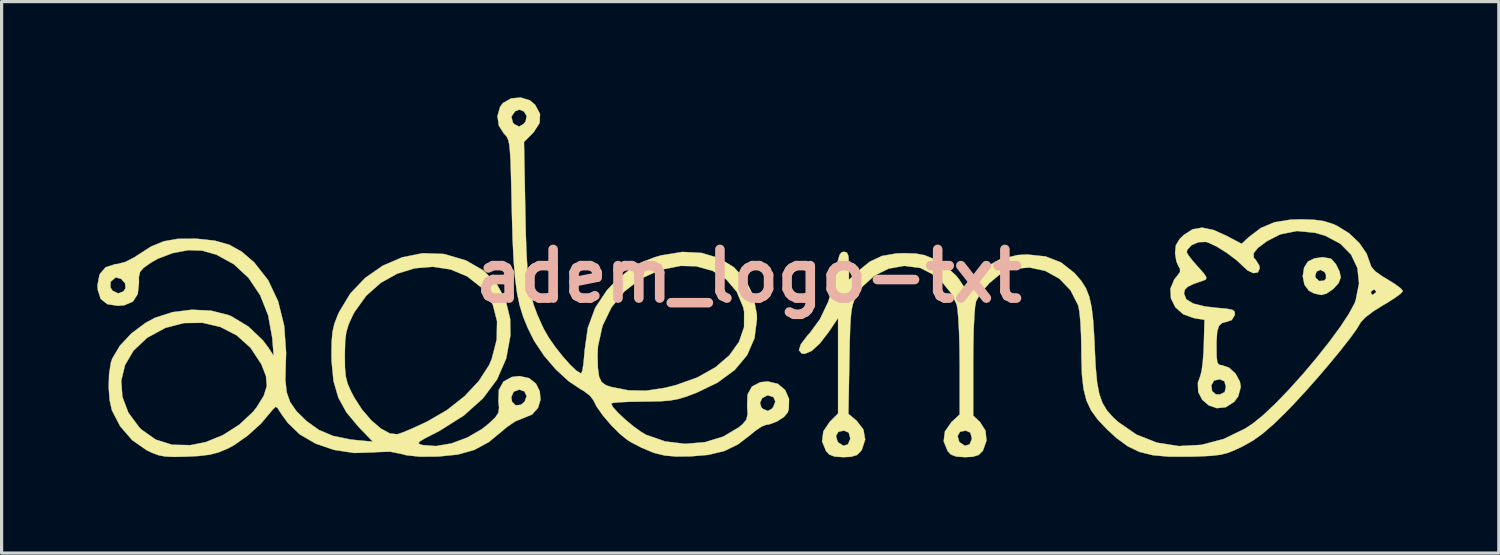
<source format=kicad_pcb>
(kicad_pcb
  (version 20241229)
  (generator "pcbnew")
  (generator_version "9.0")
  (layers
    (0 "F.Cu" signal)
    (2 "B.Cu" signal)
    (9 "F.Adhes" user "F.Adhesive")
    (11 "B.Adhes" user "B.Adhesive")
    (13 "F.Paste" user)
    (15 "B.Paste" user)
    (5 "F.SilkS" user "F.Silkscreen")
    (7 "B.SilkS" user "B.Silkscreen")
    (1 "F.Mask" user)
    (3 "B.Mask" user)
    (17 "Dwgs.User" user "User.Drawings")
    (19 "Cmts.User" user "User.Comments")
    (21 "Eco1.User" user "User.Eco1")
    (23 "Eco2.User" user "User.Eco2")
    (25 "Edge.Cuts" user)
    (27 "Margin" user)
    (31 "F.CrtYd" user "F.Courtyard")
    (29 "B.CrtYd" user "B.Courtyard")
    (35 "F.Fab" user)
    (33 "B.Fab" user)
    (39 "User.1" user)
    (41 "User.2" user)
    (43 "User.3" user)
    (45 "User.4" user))
  (footprint "adem_logo-txt"
    (layer "F.Cu")
    (at 20.41 5.598)
    (property "Reference" "adem_logo-txt" (at 0 0 0) (layer "B.SilkS") (effects (font (size 1.524 1.524) (thickness 0.3))))
    (attr through_hole)
    (fp_poly (pts (xy 18.215 -0.549) (xy 18.254 -0.528) (xy 18.39 -0.372) (xy 18.502 -0.144) (xy 18.542 0.041) (xy 18.473 0.221) (xy 18.303 0.408) (xy 18.093 0.549) (xy 17.93 0.593) (xy 17.708 0.544) (xy 17.545 0.461) (xy 17.403 0.27) (xy 17.351 0.004) (xy 17.353 -0.006) (xy 17.739 -0.006) (xy 17.752 0.049) (xy 17.863 0.156) (xy 18.012 0.145) (xy 18.079 0.081) (xy 18.077 -0.049) (xy 18.03 -0.132) (xy 17.9 -0.195) (xy 17.782 -0.14) (xy 17.739 -0.006) (xy 17.353 -0.006) (xy 17.393 -0.265) (xy 17.512 -0.453) (xy 17.718 -0.555) (xy 17.983 -0.591) (xy 18.215 -0.549)) (stroke (width 0.01) (type solid)) (fill yes) (layer "F.SilkS"))
    (fp_poly (pts (xy -6.861 -5.505) (xy -6.695 -5.365) (xy -6.543 -5.076) (xy -6.556 -4.796) (xy -6.737 -4.513) (xy -6.782 -4.465) (xy -7.045 -4.202) (xy -7.004 -2.038) (xy -6.987 -1.278) (xy -6.964 -0.661) (xy -6.932 -0.16) (xy -6.887 0.25) (xy -6.825 0.597) (xy -6.74 0.908) (xy -6.629 1.207) (xy -6.488 1.523) (xy -6.416 1.673) (xy -6.265 1.934) (xy -6.06 2.228) (xy -5.829 2.519) (xy -5.602 2.775) (xy -5.406 2.962) (xy -5.269 3.046) (xy -5.255 3.048) (xy -5.219 2.97) (xy -5.184 2.762) (xy -5.157 2.48) (xy -4.74 2.48) (xy -4.73 2.883) (xy -4.693 3.151) (xy -4.615 3.318) (xy -4.481 3.417) (xy -4.329 3.47) (xy -3.772 3.58) (xy -3.225 3.591) (xy -2.633 3.502) (xy -2.286 3.416) (xy -1.611 3.174) (xy -1.05 2.859) (xy -0.612 2.483) (xy -0.309 2.059) (xy -0.151 1.598) (xy -0.149 1.113) (xy -0.177 0.979) (xy -0.38 0.491) (xy -0.708 0.106) (xy -1.14 -0.165) (xy -1.657 -0.308) (xy -2.141 -0.319) (xy -2.8 -0.187) (xy -3.392 0.086) (xy -3.899 0.481) (xy -4.303 0.978) (xy -4.585 1.557) (xy -4.727 2.198) (xy -4.74 2.48) (xy -5.157 2.48) (xy -5.155 2.464) (xy -5.148 2.349) (xy -5.045 1.62) (xy -4.812 0.99) (xy -4.443 0.44) (xy -4.197 0.182) (xy -3.782 -0.172) (xy -3.386 -0.418) (xy -2.941 -0.593) (xy -2.752 -0.647) (xy -2.088 -0.756) (xy -1.475 -0.723) (xy -0.931 -0.56) (xy -0.471 -0.277) (xy -0.111 0.115) (xy 0.134 0.606) (xy 0.246 1.185) (xy 0.252 1.349) (xy 0.176 1.946) (xy -0.055 2.477) (xy -0.443 2.942) (xy -0.986 3.34) (xy -1.634 3.652) (xy -1.952 3.773) (xy -2.214 3.852) (xy -2.472 3.899) (xy -2.779 3.923) (xy -3.188 3.931) (xy -3.323 3.932) (xy -3.711 3.938) (xy -4.028 3.952) (xy -4.241 3.971) (xy -4.318 3.993) (xy -4.255 4.109) (xy -4.092 4.289) (xy -3.865 4.501) (xy -3.611 4.711) (xy -3.368 4.886) (xy -3.216 4.975) (xy -2.621 5.181) (xy -1.996 5.256) (xy -1.378 5.204) (xy -0.802 5.028) (xy -0.306 4.733) (xy -0.196 4.639) (xy -0.081 4.5) (xy -0.04 4.329) (xy -0.055 4.075) (xy -0.051 3.974) (xy 0.348 3.974) (xy 0.393 4.122) (xy 0.436 4.158) (xy 0.592 4.226) (xy 0.712 4.163) (xy 0.761 4.107) (xy 0.83 3.931) (xy 0.767 3.789) (xy 0.599 3.738) (xy 0.573 3.741) (xy 0.415 3.824) (xy 0.348 3.974) (xy -0.051 3.974) (xy -0.041 3.71) (xy 0.096 3.46) (xy 0.357 3.326) (xy 0.59 3.302) (xy 0.905 3.375) (xy 1.136 3.569) (xy 1.258 3.848) (xy 1.248 4.174) (xy 1.217 4.272) (xy 1.096 4.416) (xy 0.882 4.553) (xy 0.648 4.643) (xy 0.544 4.657) (xy 0.404 4.711) (xy 0.199 4.849) (xy 0.063 4.963) (xy -0.344 5.275) (xy -0.775 5.483) (xy -1.278 5.602) (xy -1.82 5.648) (xy -2.28 5.653) (xy -2.632 5.622) (xy -2.937 5.549) (xy -3.021 5.52) (xy -3.353 5.381) (xy -3.683 5.211) (xy -3.802 5.137) (xy -4.048 4.939) (xy -4.318 4.668) (xy -4.572 4.369) (xy -4.771 4.089) (xy -4.869 3.893) (xy -4.974 3.752) (xy -5.175 3.599) (xy -5.27 3.545) (xy -5.649 3.292) (xy -6.046 2.927) (xy -6.416 2.496) (xy -6.717 2.045) (xy -6.755 1.974) (xy -6.929 1.623) (xy -7.069 1.281) (xy -7.179 0.924) (xy -7.263 0.526) (xy -7.325 0.062) (xy -7.37 -0.492) (xy -7.402 -1.163) (xy -7.425 -1.976) (xy -7.427 -2.074) (xy -7.442 -2.741) (xy -7.455 -3.26) (xy -7.469 -3.65) (xy -7.487 -3.934) (xy -7.509 -4.132) (xy -7.539 -4.265) (xy -7.578 -4.353) (xy -7.629 -4.418) (xy -7.674 -4.462) (xy -7.834 -4.713) (xy -7.872 -4.992) (xy -7.441 -4.992) (xy -7.394 -4.811) (xy -7.348 -4.757) (xy -7.196 -4.682) (xy -7.048 -4.773) (xy -6.992 -4.851) (xy -6.962 -5.015) (xy -7.042 -5.152) (xy -7.183 -5.215) (xy -7.319 -5.168) (xy -7.441 -4.992) (xy -7.872 -4.992) (xy -7.875 -5.014) (xy -7.794 -5.3) (xy -7.705 -5.419) (xy -7.451 -5.565) (xy -7.148 -5.593) (xy -6.861 -5.505)) (stroke (width 0.01) (type solid)) (fill yes) (layer "F.SilkS"))
    (fp_poly (pts (xy -17.296 -1.169) (xy -16.731 -1.109) (xy -16.278 -0.981) (xy -15.886 -0.762) (xy -15.504 -0.434) (xy -15.493 -0.423) (xy -15.06 0.129) (xy -14.747 0.792) (xy -14.558 1.555) (xy -14.497 2.405) (xy -14.508 2.74) (xy -14.521 3.249) (xy -14.48 3.639) (xy -14.369 3.951) (xy -14.173 4.233) (xy -13.874 4.527) (xy -13.852 4.547) (xy -13.466 4.823) (xy -13.025 5.008) (xy -12.483 5.119) (xy -12.261 5.143) (xy -11.78 5.187) (xy -12.229 4.723) (xy -12.606 4.273) (xy -12.861 3.809) (xy -13.012 3.288) (xy -13.073 2.667) (xy -13.075 2.498) (xy -12.658 2.498) (xy -12.653 2.877) (xy -12.628 3.148) (xy -12.571 3.37) (xy -12.468 3.604) (xy -12.364 3.802) (xy -12.116 4.187) (xy -11.828 4.52) (xy -11.53 4.776) (xy -11.249 4.929) (xy -11.016 4.957) (xy -11.013 4.956) (xy -10.842 4.898) (xy -10.566 4.783) (xy -10.235 4.632) (xy -10.075 4.556) (xy -9.455 4.196) (xy -8.907 3.764) (xy -8.46 3.287) (xy -8.14 2.792) (xy -8.057 2.6) (xy -7.9 1.991) (xy -7.889 1.416) (xy -8.022 0.895) (xy -8.295 0.449) (xy -8.369 0.368) (xy -8.825 0.01) (xy -9.343 -0.207) (xy -9.898 -0.291) (xy -10.465 -0.244) (xy -11.019 -0.074) (xy -11.534 0.214) (xy -11.988 0.616) (xy -12.353 1.124) (xy -12.422 1.256) (xy -12.541 1.52) (xy -12.612 1.759) (xy -12.647 2.033) (xy -12.657 2.403) (xy -12.658 2.498) (xy -13.075 2.498) (xy -13.076 2.455) (xy -13.07 2.047) (xy -13.043 1.748) (xy -12.986 1.498) (xy -12.886 1.238) (xy -12.835 1.124) (xy -12.486 0.546) (xy -12.021 0.058) (xy -11.47 -0.325) (xy -10.859 -0.588) (xy -10.217 -0.716) (xy -9.572 -0.693) (xy -9.518 -0.683) (xy -8.863 -0.49) (xy -8.323 -0.18) (xy -7.907 0.235) (xy -7.622 0.746) (xy -7.479 1.342) (xy -7.47 1.861) (xy -7.602 2.581) (xy -7.889 3.239) (xy -8.333 3.835) (xy -8.934 4.372) (xy -9.693 4.85) (xy -9.863 4.938) (xy -10.154 5.087) (xy -10.311 5.181) (xy -10.352 5.237) (xy -10.296 5.273) (xy -10.222 5.294) (xy -9.8 5.326) (xy -9.317 5.243) (xy -8.822 5.059) (xy -8.361 4.792) (xy -8.141 4.616) (xy -7.943 4.427) (xy -7.847 4.283) (xy -7.826 4.121) (xy -7.846 3.927) (xy -7.841 3.793) (xy -7.444 3.793) (xy -7.42 3.937) (xy -7.307 4.05) (xy -7.145 4.033) (xy -7.028 3.938) (xy -6.962 3.761) (xy -7.031 3.613) (xy -7.197 3.556) (xy -7.371 3.624) (xy -7.444 3.793) (xy -7.841 3.793) (xy -7.833 3.566) (xy -7.689 3.307) (xy -7.424 3.161) (xy -7.188 3.133) (xy -6.884 3.199) (xy -6.67 3.371) (xy -6.551 3.61) (xy -6.529 3.877) (xy -6.608 4.133) (xy -6.793 4.338) (xy -7.067 4.45) (xy -7.317 4.55) (xy -7.599 4.743) (xy -7.704 4.835) (xy -8.149 5.202) (xy -8.605 5.447) (xy -9.121 5.592) (xy -9.737 5.654) (xy -10.307 5.658) (xy -10.724 5.614) (xy -10.88 5.573) (xy -11.24 5.501) (xy -11.678 5.516) (xy -11.722 5.522) (xy -12.364 5.542) (xy -12.994 5.446) (xy -13.575 5.248) (xy -14.072 4.959) (xy -14.445 4.597) (xy -14.608 4.374) (xy -14.728 4.195) (xy -14.762 4.132) (xy -14.829 4.096) (xy -14.941 4.21) (xy -14.958 4.233) (xy -15.285 4.622) (xy -15.698 4.996) (xy -16.133 5.301) (xy -16.332 5.407) (xy -16.613 5.523) (xy -16.894 5.596) (xy -17.235 5.637) (xy -17.611 5.656) (xy -18.002 5.664) (xy -18.279 5.653) (xy -18.493 5.613) (xy -18.698 5.536) (xy -18.87 5.453) (xy -19.321 5.138) (xy -19.697 4.703) (xy -19.954 4.207) (xy -20.025 3.889) (xy -20.055 3.489) (xy -20.049 3.278) (xy -19.662 3.278) (xy -19.627 3.782) (xy -19.441 4.276) (xy -19.1 4.737) (xy -19.026 4.81) (xy -18.584 5.122) (xy -18.069 5.285) (xy -17.493 5.297) (xy -17.012 5.201) (xy -16.472 4.98) (xy -15.962 4.654) (xy -15.541 4.261) (xy -15.422 4.112) (xy -15.198 3.752) (xy -15.102 3.444) (xy -15.128 3.134) (xy -15.27 2.769) (xy -15.277 2.755) (xy -15.613 2.245) (xy -16.048 1.856) (xy -16.557 1.594) (xy -17.115 1.464) (xy -17.697 1.472) (xy -18.279 1.623) (xy -18.834 1.924) (xy -18.861 1.943) (xy -19.277 2.336) (xy -19.544 2.788) (xy -19.662 3.278) (xy -20.049 3.278) (xy -20.043 3.076) (xy -19.989 2.721) (xy -19.945 2.585) (xy -19.704 2.182) (xy -19.34 1.794) (xy -18.899 1.465) (xy -18.605 1.307) (xy -18.053 1.13) (xy -17.446 1.055) (xy -16.843 1.085) (xy -16.302 1.222) (xy -16.214 1.258) (xy -15.682 1.579) (xy -15.225 2.012) (xy -15.052 2.244) (xy -14.886 2.498) (xy -14.931 1.942) (xy -15.059 1.231) (xy -15.311 0.598) (xy -15.673 0.058) (xy -16.132 -0.369) (xy -16.675 -0.668) (xy -17.129 -0.798) (xy -17.563 -0.811) (xy -18.049 -0.72) (xy -18.517 -0.542) (xy -18.739 -0.415) (xy -18.961 -0.258) (xy -19.073 -0.13) (xy -19.109 0.029) (xy -19.107 0.207) (xy -19.145 0.565) (xy -19.296 0.799) (xy -19.567 0.915) (xy -19.77 0.931) (xy -20.099 0.88) (xy -20.304 0.718) (xy -20.397 0.434) (xy -20.401 0.356) (xy -20.001 0.356) (xy -19.933 0.46) (xy -19.757 0.543) (xy -19.592 0.48) (xy -19.526 0.377) (xy -19.543 0.225) (xy -19.66 0.092) (xy -19.813 0.044) (xy -19.85 0.052) (xy -19.995 0.179) (xy -20.001 0.356) (xy -20.401 0.356) (xy -20.405 0.282) (xy -20.341 -0.053) (xy -20.154 -0.274) (xy -19.85 -0.373) (xy -19.79 -0.377) (xy -19.535 -0.441) (xy -19.238 -0.594) (xy -19.149 -0.655) (xy -18.729 -0.925) (xy -18.328 -1.09) (xy -17.887 -1.167) (xy -17.349 -1.171) (xy -17.296 -1.169)) (stroke (width 0.01) (type solid)) (fill yes) (layer "F.SilkS"))
    (fp_poly (pts (xy 17.706 -1.764) (xy 18.021 -1.719) (xy 18.299 -1.63) (xy 18.421 -1.576) (xy 18.798 -1.344) (xy 19.121 -1.038) (xy 19.351 -0.704) (xy 19.438 -0.459) (xy 19.497 -0.292) (xy 19.627 -0.144) (xy 19.863 0.02) (xy 19.987 0.093) (xy 20.239 0.25) (xy 20.419 0.385) (xy 20.488 0.47) (xy 20.488 0.47) (xy 20.42 0.55) (xy 20.237 0.685) (xy 19.974 0.851) (xy 19.869 0.912) (xy 19.559 1.106) (xy 19.312 1.294) (xy 19.169 1.445) (xy 19.157 1.467) (xy 19.04 1.661) (xy 18.829 1.952) (xy 18.544 2.316) (xy 18.206 2.727) (xy 17.838 3.159) (xy 17.459 3.588) (xy 17.091 3.987) (xy 16.85 4.237) (xy 16.442 4.636) (xy 16.102 4.931) (xy 15.793 5.153) (xy 15.479 5.329) (xy 15.454 5.342) (xy 15.197 5.463) (xy 14.982 5.546) (xy 14.766 5.598) (xy 14.502 5.63) (xy 14.148 5.648) (xy 13.802 5.658) (xy 13.167 5.658) (xy 12.659 5.613) (xy 12.241 5.51) (xy 11.875 5.336) (xy 11.521 5.079) (xy 11.209 4.792) (xy 10.926 4.493) (xy 10.719 4.205) (xy 10.574 3.897) (xy 10.483 3.534) (xy 10.433 3.081) (xy 10.415 2.505) (xy 10.414 2.283) (xy 10.406 1.845) (xy 10.386 1.443) (xy 10.355 1.121) (xy 10.318 0.924) (xy 10.318 0.923) (xy 10.076 0.446) (xy 9.723 0.079) (xy 9.285 -0.163) (xy 8.791 -0.268) (xy 8.266 -0.222) (xy 8.113 -0.179) (xy 7.829 -0.026) (xy 7.529 0.225) (xy 7.271 0.519) (xy 7.117 0.789) (xy 7.087 0.955) (xy 7.062 1.264) (xy 7.042 1.691) (xy 7.031 2.209) (xy 7.027 2.7) (xy 7.027 4.373) (xy 7.239 4.572) (xy 7.411 4.84) (xy 7.444 5.155) (xy 7.334 5.463) (xy 7.319 5.484) (xy 7.196 5.605) (xy 7.013 5.661) (xy 6.773 5.673) (xy 6.496 5.655) (xy 6.327 5.59) (xy 6.228 5.484) (xy 6.102 5.177) (xy 6.123 5.011) (xy 6.538 5.011) (xy 6.589 5.187) (xy 6.608 5.212) (xy 6.769 5.316) (xy 6.913 5.275) (xy 6.984 5.109) (xy 6.985 5.079) (xy 6.938 4.905) (xy 6.794 4.841) (xy 6.615 4.877) (xy 6.538 5.011) (xy 6.123 5.011) (xy 6.141 4.868) (xy 6.34 4.582) (xy 6.35 4.572) (xy 6.604 4.335) (xy 6.604 2.781) (xy 6.598 2.239) (xy 6.584 1.743) (xy 6.561 1.326) (xy 6.533 1.022) (xy 6.509 0.889) (xy 6.345 0.548) (xy 6.069 0.21) (xy 5.73 -0.072) (xy 5.379 -0.25) (xy 5.363 -0.255) (xy 4.868 -0.32) (xy 4.379 -0.233) (xy 3.929 -0.011) (xy 3.555 0.333) (xy 3.369 0.613) (xy 3.303 0.749) (xy 3.253 0.892) (xy 3.217 1.068) (xy 3.191 1.304) (xy 3.173 1.629) (xy 3.159 2.068) (xy 3.148 2.645) (xy 3.117 4.316) (xy 3.379 4.536) (xy 3.588 4.808) (xy 3.643 5.121) (xy 3.54 5.437) (xy 3.509 5.484) (xy 3.386 5.605) (xy 3.203 5.661) (xy 2.963 5.673) (xy 2.686 5.655) (xy 2.517 5.59) (xy 2.418 5.484) (xy 2.293 5.178) (xy 2.314 5.011) (xy 2.728 5.011) (xy 2.779 5.187) (xy 2.798 5.212) (xy 2.959 5.316) (xy 3.103 5.275) (xy 3.174 5.109) (xy 3.175 5.079) (xy 3.128 4.905) (xy 2.984 4.841) (xy 2.805 4.877) (xy 2.728 5.011) (xy 2.314 5.011) (xy 2.333 4.864) (xy 2.534 4.565) (xy 2.54 4.559) (xy 2.794 4.305) (xy 2.794 1.315) (xy 2.496 1.757) (xy 2.221 2.114) (xy 1.967 2.345) (xy 1.749 2.437) (xy 1.653 2.426) (xy 1.568 2.322) (xy 1.629 2.134) (xy 1.835 1.863) (xy 1.913 1.778) (xy 2.225 1.352) (xy 2.485 0.808) (xy 2.671 0.198) (xy 2.732 -0.134) (xy 2.785 -0.462) (xy 2.837 -0.655) (xy 2.902 -0.743) (xy 2.976 -0.762) (xy 3.069 -0.736) (xy 3.117 -0.632) (xy 3.132 -0.411) (xy 3.133 -0.322) (xy 3.133 0.118) (xy 3.408 -0.143) (xy 3.787 -0.45) (xy 4.169 -0.63) (xy 4.617 -0.708) (xy 4.868 -0.717) (xy 5.23 -0.705) (xy 5.504 -0.654) (xy 5.771 -0.544) (xy 5.918 -0.466) (xy 6.232 -0.254) (xy 6.496 -0.009) (xy 6.584 0.103) (xy 6.794 0.42) (xy 7.03 0.095) (xy 7.393 -0.267) (xy 7.865 -0.523) (xy 8.415 -0.658) (xy 8.716 -0.675) (xy 9.294 -0.615) (xy 9.775 -0.429) (xy 10.188 -0.106) (xy 10.219 -0.074) (xy 10.412 0.15) (xy 10.557 0.379) (xy 10.662 0.643) (xy 10.736 0.974) (xy 10.786 1.4) (xy 10.821 1.952) (xy 10.833 2.244) (xy 10.864 2.855) (xy 10.908 3.327) (xy 10.976 3.69) (xy 11.076 3.974) (xy 11.219 4.211) (xy 11.414 4.429) (xy 11.569 4.571) (xy 12.143 4.967) (xy 12.783 5.219) (xy 13.466 5.326) (xy 14.17 5.288) (xy 14.872 5.105) (xy 15.549 4.777) (xy 15.79 4.617) (xy 16.12 4.349) (xy 16.506 3.984) (xy 16.926 3.548) (xy 17.359 3.066) (xy 17.783 2.563) (xy 18.178 2.065) (xy 18.522 1.598) (xy 18.793 1.188) (xy 18.971 0.859) (xy 19.007 0.769) (xy 19.058 0.512) (xy 19.486 0.512) (xy 19.513 0.584) (xy 19.554 0.58) (xy 19.645 0.509) (xy 19.649 0.485) (xy 19.594 0.419) (xy 19.509 0.467) (xy 19.486 0.512) (xy 19.058 0.512) (xy 19.114 0.235) (xy 19.064 -0.25) (xy 18.866 -0.67) (xy 18.529 -1.013) (xy 18.06 -1.262) (xy 17.738 -1.356) (xy 17.168 -1.411) (xy 16.646 -1.307) (xy 16.23 -1.094) (xy 15.946 -0.882) (xy 15.811 -0.715) (xy 15.815 -0.577) (xy 15.88 -0.504) (xy 15.986 -0.336) (xy 16.002 -0.244) (xy 15.945 -0.115) (xy 15.803 -0.092) (xy 15.625 -0.175) (xy 15.53 -0.261) (xy 15.284 -0.492) (xy 14.977 -0.723) (xy 14.663 -0.92) (xy 14.394 -1.047) (xy 14.316 -1.07) (xy 14.082 -1.061) (xy 13.868 -0.969) (xy 13.734 -0.824) (xy 13.716 -0.747) (xy 13.769 -0.65) (xy 13.908 -0.473) (xy 14.064 -0.296) (xy 14.251 -0.085) (xy 14.331 0.038) (xy 14.319 0.103) (xy 14.255 0.134) (xy 13.934 0.246) (xy 13.745 0.337) (xy 13.655 0.43) (xy 13.631 0.545) (xy 13.631 0.547) (xy 13.702 0.727) (xy 13.92 0.861) (xy 14.291 0.953) (xy 14.673 0.996) (xy 14.977 1.024) (xy 15.147 1.058) (xy 15.218 1.113) (xy 15.225 1.204) (xy 15.223 1.218) (xy 15.125 1.378) (xy 14.986 1.427) (xy 14.823 1.469) (xy 14.723 1.564) (xy 14.67 1.744) (xy 14.65 2.045) (xy 14.649 2.223) (xy 14.653 2.527) (xy 14.674 2.699) (xy 14.723 2.776) (xy 14.812 2.794) (xy 14.821 2.794) (xy 15.043 2.869) (xy 15.245 3.056) (xy 15.38 3.303) (xy 15.409 3.471) (xy 15.33 3.768) (xy 15.202 3.941) (xy 14.939 4.109) (xy 14.663 4.138) (xy 14.407 4.052) (xy 14.201 3.874) (xy 14.076 3.63) (xy 14.068 3.422) (xy 14.487 3.422) (xy 14.511 3.604) (xy 14.63 3.704) (xy 14.753 3.71) (xy 14.904 3.637) (xy 14.944 3.471) (xy 14.897 3.297) (xy 14.753 3.233) (xy 14.572 3.272) (xy 14.487 3.422) (xy 14.068 3.422) (xy 14.065 3.342) (xy 14.142 3.128) (xy 14.182 2.974) (xy 14.218 2.699) (xy 14.244 2.35) (xy 14.251 2.168) (xy 14.273 1.371) (xy 13.946 1.318) (xy 13.608 1.197) (xy 13.361 0.979) (xy 13.222 0.7) (xy 13.205 0.397) (xy 13.326 0.106) (xy 13.39 0.029) (xy 13.507 -0.125) (xy 13.503 -0.239) (xy 13.466 -0.291) (xy 13.393 -0.459) (xy 13.353 -0.699) (xy 13.352 -0.728) (xy 13.377 -0.968) (xy 13.495 -1.162) (xy 13.616 -1.281) (xy 13.895 -1.463) (xy 14.2 -1.517) (xy 14.561 -1.442) (xy 14.949 -1.267) (xy 15.437 -1.011) (xy 15.656 -1.216) (xy 16.036 -1.505) (xy 16.459 -1.684) (xy 16.968 -1.767) (xy 17.29 -1.777) (xy 17.706 -1.764)) (stroke (width 0.01) (type solid)) (fill yes) (layer "F.SilkS")))
  (gr_rect
    (start -3 -3)
    (end 43.903 14.275)
    (stroke (width 0.1) (type default))
    (fill no)
    (layer "Edge.Cuts")))
</source>
